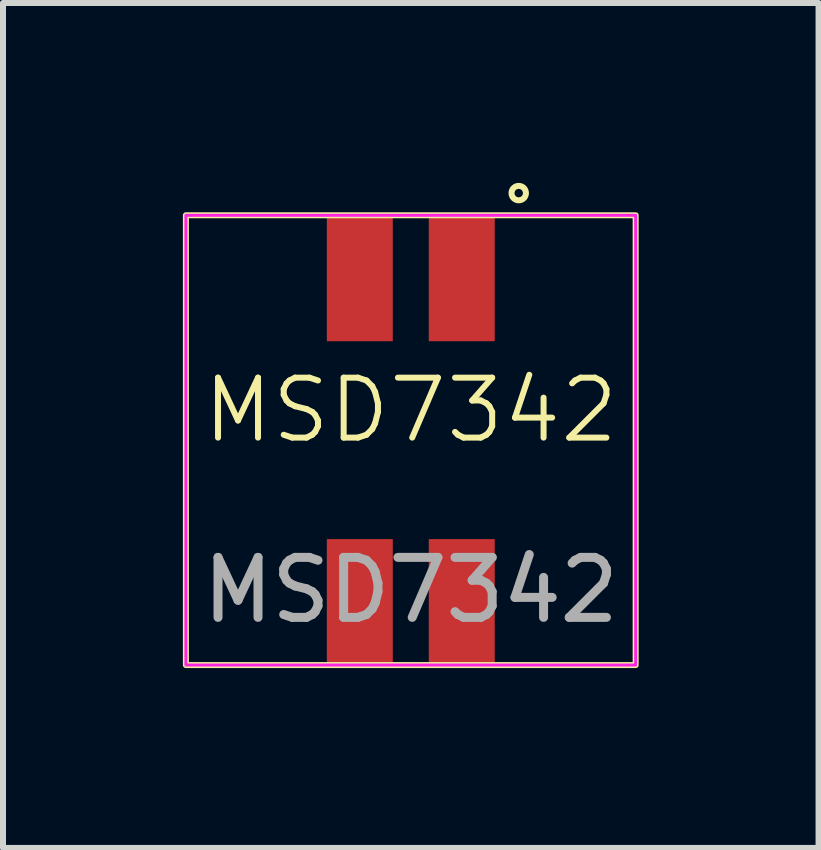
<source format=kicad_pcb>
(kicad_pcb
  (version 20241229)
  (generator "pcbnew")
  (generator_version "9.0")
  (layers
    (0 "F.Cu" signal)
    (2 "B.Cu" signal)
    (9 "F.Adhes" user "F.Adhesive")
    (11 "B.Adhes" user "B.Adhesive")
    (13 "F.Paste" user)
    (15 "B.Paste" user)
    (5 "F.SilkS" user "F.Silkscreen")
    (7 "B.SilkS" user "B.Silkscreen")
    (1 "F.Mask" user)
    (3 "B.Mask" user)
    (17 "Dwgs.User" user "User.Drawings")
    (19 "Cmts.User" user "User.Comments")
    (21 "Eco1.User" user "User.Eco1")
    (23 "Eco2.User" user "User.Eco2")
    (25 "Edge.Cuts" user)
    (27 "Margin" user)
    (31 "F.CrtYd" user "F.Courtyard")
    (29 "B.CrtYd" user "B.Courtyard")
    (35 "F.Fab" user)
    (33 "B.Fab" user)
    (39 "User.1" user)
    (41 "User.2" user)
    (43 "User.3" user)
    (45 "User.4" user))
  (footprint "MSD7342"
    (layer "F.Cu")
    (at 3.8 4.29)
    (property "Reference" "MSD7342" (at 0 -0.5 0) (unlocked yes) (layer "F.SilkS") (effects (font (size 1 1) (thickness 0.1))))
    (attr smd)
    (fp_rect (start -3.75 -3.75) (end 3.75 3.75) (stroke (width 0.1) (type solid)) (fill no) (layer "F.SilkS"))
    (fp_circle (center 1.8 -4.12) (end 1.88 -4.21) (stroke (width 0.1) (type default)) (fill no) (layer "F.SilkS"))
    (fp_rect (start -3.75 -3.75) (end 3.75 3.75) (stroke (width 0.05) (type solid)) (fill no) (layer "F.CrtYd"))
    (fp_text user "${REFERENCE}" (at 0 2.5 0) (unlocked yes) (layer "F.Fab") (effects (font (size 1 1) (thickness 0.15))))
    (pad "1" smd rect (at 0.85 -2.7) (size 1.1 2.1) (layers "F.Cu" "F.Mask" "F.Paste"))
    (pad "2" smd rect (at -0.85 -2.7) (size 1.1 2.1) (layers "F.Cu" "F.Mask" "F.Paste"))
    (pad "3" smd rect (at -0.85 2.7) (size 1.1 2.1) (layers "F.Cu" "F.Mask" "F.Paste"))
    (pad "4" smd rect (at 0.85 2.7) (size 1.1 2.1) (layers "F.Cu" "F.Mask" "F.Paste")))
  (gr_rect
    (start -3 -3)
    (end 10.6 11.09)
    (stroke (width 0.1) (type default))
    (fill no)
    (layer "Edge.Cuts")))
</source>
